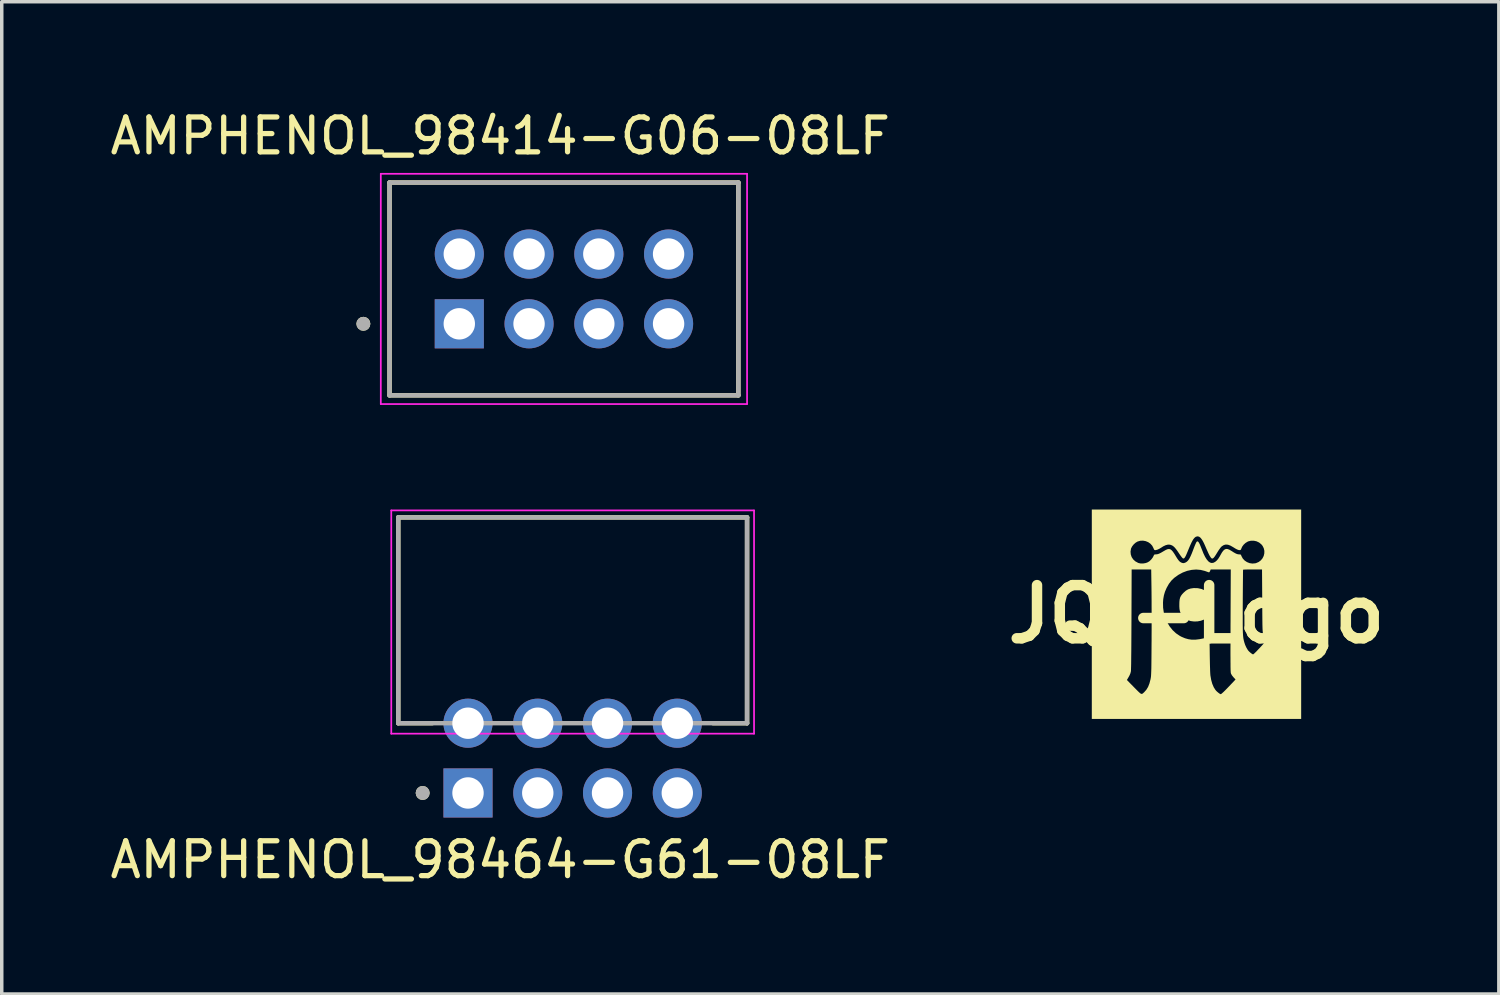
<source format=kicad_pcb>
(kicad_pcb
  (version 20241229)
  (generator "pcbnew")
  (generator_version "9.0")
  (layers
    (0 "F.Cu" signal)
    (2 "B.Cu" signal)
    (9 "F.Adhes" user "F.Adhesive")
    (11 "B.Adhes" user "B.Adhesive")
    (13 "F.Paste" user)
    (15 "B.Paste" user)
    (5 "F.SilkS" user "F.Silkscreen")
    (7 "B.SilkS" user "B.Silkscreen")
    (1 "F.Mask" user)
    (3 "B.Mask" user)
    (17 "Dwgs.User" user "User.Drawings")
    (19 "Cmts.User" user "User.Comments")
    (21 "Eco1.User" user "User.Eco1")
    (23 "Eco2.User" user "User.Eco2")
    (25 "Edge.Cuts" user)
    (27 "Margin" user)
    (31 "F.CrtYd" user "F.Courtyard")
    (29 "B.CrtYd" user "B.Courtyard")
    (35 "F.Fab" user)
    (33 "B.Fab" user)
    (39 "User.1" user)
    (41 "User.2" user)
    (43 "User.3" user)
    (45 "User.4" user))
  (footprint "AMPHENOL_98414-G06-08LF"
    (layer "F.Cu")
    (at 13.117 5.233)
    (property "Reference" "AMPHENOL_98414-G06-08LF" (at -1.825 -4.385 0) (layer "F.SilkS") (effects (font (size 1 1) (thickness 0.15))))
    (attr through_hole)
    (fp_line (start -5 -3.05) (end 5 -3.05) (stroke (width 0.127) (type solid)) (layer "F.SilkS"))
    (fp_line (start -5 3.05) (end -5 -3.05) (stroke (width 0.127) (type solid)) (layer "F.SilkS"))
    (fp_line (start 5 -3.05) (end 5 3.05) (stroke (width 0.127) (type solid)) (layer "F.SilkS"))
    (fp_line (start 5 3.05) (end -5 3.05) (stroke (width 0.127) (type solid)) (layer "F.SilkS"))
    (fp_circle (center -5.75 1) (end -5.65 1) (stroke (width 0.2) (type solid)) (fill no) (layer "F.SilkS"))
    (fp_line (start -5.25 -3.3) (end -5.25 3.3) (stroke (width 0.05) (type solid)) (layer "F.CrtYd"))
    (fp_line (start -5.25 3.3) (end 5.25 3.3) (stroke (width 0.05) (type solid)) (layer "F.CrtYd"))
    (fp_line (start 5.25 -3.3) (end -5.25 -3.3) (stroke (width 0.05) (type solid)) (layer "F.CrtYd"))
    (fp_line (start 5.25 3.3) (end 5.25 -3.3) (stroke (width 0.05) (type solid)) (layer "F.CrtYd"))
    (fp_line (start -5 -3.05) (end 5 -3.05) (stroke (width 0.127) (type solid)) (layer "F.Fab"))
    (fp_line (start -5 3.05) (end -5 -3.05) (stroke (width 0.127) (type solid)) (layer "F.Fab"))
    (fp_line (start 5 -3.05) (end 5 3.05) (stroke (width 0.127) (type solid)) (layer "F.Fab"))
    (fp_line (start 5 3.05) (end -5 3.05) (stroke (width 0.127) (type solid)) (layer "F.Fab"))
    (fp_circle (center -5.75 1) (end -5.65 1) (stroke (width 0.2) (type solid)) (fill no) (layer "F.Fab"))
    (pad "1" thru_hole rect (at -3 1) (size 1.408 1.408) (drill 0.9) (layers "*.Cu" "*.Mask"))
    (pad "2" thru_hole circle (at -3 -1) (size 1.408 1.408) (drill 0.9) (layers "*.Cu" "*.Mask"))
    (pad "3" thru_hole circle (at -1 1) (size 1.408 1.408) (drill 0.9) (layers "*.Cu" "*.Mask"))
    (pad "4" thru_hole circle (at -1 -1) (size 1.408 1.408) (drill 0.9) (layers "*.Cu" "*.Mask"))
    (pad "5" thru_hole circle (at 1 1) (size 1.408 1.408) (drill 0.9) (layers "*.Cu" "*.Mask"))
    (pad "6" thru_hole circle (at 1 -1) (size 1.408 1.408) (drill 0.9) (layers "*.Cu" "*.Mask"))
    (pad "7" thru_hole circle (at 3 1) (size 1.408 1.408) (drill 0.9) (layers "*.Cu" "*.Mask"))
    (pad "8" thru_hole circle (at 3 -1) (size 1.408 1.408) (drill 0.9) (layers "*.Cu" "*.Mask")))
  (footprint "AMPHENOL_98464-G61-08LF"
    (layer "F.Cu")
    (at 13.367 18.683)
    (property "Reference" "AMPHENOL_98464-G61-08LF" (at -2.075 2.915 0) (layer "F.SilkS") (effects (font (size 1 1) (thickness 0.15))))
    (attr through_hole)
    (fp_line (start -5 -6.9) (end 5 -6.9) (stroke (width 0.127) (type solid)) (layer "F.SilkS"))
    (fp_line (start -5 -1) (end -5 -6.9) (stroke (width 0.127) (type solid)) (layer "F.SilkS"))
    (fp_line (start -4.024 -1) (end -5 -1) (stroke (width 0.127) (type solid)) (layer "F.SilkS"))
    (fp_line (start 5 -6.9) (end 5 -1) (stroke (width 0.127) (type solid)) (layer "F.SilkS"))
    (fp_line (start 5 -1) (end 4.024 -1) (stroke (width 0.127) (type solid)) (layer "F.SilkS"))
    (fp_circle (center -4.3 1) (end -4.2 1) (stroke (width 0.2) (type solid)) (fill no) (layer "F.SilkS"))
    (fp_line (start -5.2 -7.1) (end -5.2 -0.7) (stroke (width 0.05) (type default)) (layer "F.CrtYd"))
    (fp_line (start 5.2 -7.1) (end -5.2 -7.1) (stroke (width 0.05) (type solid)) (layer "F.CrtYd"))
    (fp_line (start 5.2 -0.7) (end -5.2 -0.7) (stroke (width 0.05) (type default)) (layer "F.CrtYd"))
    (fp_line (start 5.2 -0.7) (end 5.2 -7.1) (stroke (width 0.05) (type solid)) (layer "F.CrtYd"))
    (fp_line (start -5 -6.9) (end 5 -6.9) (stroke (width 0.127) (type solid)) (layer "F.Fab"))
    (fp_line (start -5 -1) (end -5 -6.9) (stroke (width 0.127) (type solid)) (layer "F.Fab"))
    (fp_line (start 5 -6.9) (end 5 -1) (stroke (width 0.127) (type solid)) (layer "F.Fab"))
    (fp_line (start 5 -1) (end -5 -1) (stroke (width 0.127) (type solid)) (layer "F.Fab"))
    (fp_circle (center -4.3 1) (end -4.2 1) (stroke (width 0.2) (type solid)) (fill no) (layer "F.Fab"))
    (pad "1" thru_hole rect (at -3 1) (size 1.408 1.408) (drill 0.9) (layers "*.Cu" "*.Mask"))
    (pad "2" thru_hole circle (at -3 -1) (size 1.408 1.408) (drill 0.9) (layers "*.Cu" "*.Mask"))
    (pad "3" thru_hole circle (at -1 1) (size 1.408 1.408) (drill 0.9) (layers "*.Cu" "*.Mask"))
    (pad "4" thru_hole circle (at -1 -1) (size 1.408 1.408) (drill 0.9) (layers "*.Cu" "*.Mask"))
    (pad "5" thru_hole circle (at 1 1) (size 1.408 1.408) (drill 0.9) (layers "*.Cu" "*.Mask"))
    (pad "6" thru_hole circle (at 1 -1) (size 1.408 1.408) (drill 0.9) (layers "*.Cu" "*.Mask"))
    (pad "7" thru_hole circle (at 3 1) (size 1.408 1.408) (drill 0.9) (layers "*.Cu" "*.Mask"))
    (pad "8" thru_hole circle (at 3 -1) (size 1.408 1.408) (drill 0.9) (layers "*.Cu" "*.Mask")))
  (footprint "JQI-Logo"
    (layer "F.Cu")
    (at 31.251 14.559)
    (property "Reference" "JQI-Logo" (at 0 0 0) (layer "F.SilkS") (effects (font (size 1.524 1.524) (thickness 0.3))))
    (attr board_only exclude_from_pos_files exclude_from_bom)
    (fp_poly (pts (xy 0.038 -0.747) (xy 0.144 -0.724) (xy 0.248 -0.679) (xy 0.327 -0.631) (xy 0.376 -0.597) (xy 0.376 0.044) (xy 0.318 0.087) (xy 0.279 0.114) (xy 0.239 0.14) (xy 0.215 0.153) (xy 0.128 0.186) (xy 0.03 0.205) (xy -0.069 0.208) (xy -0.163 0.196) (xy -0.177 0.193) (xy -0.252 0.166) (xy -0.317 0.125) (xy -0.379 0.068) (xy -0.385 0.061) (xy -0.426 0.012) (xy -0.455 -0.035) (xy -0.475 -0.087) (xy -0.487 -0.147) (xy -0.492 -0.222) (xy -0.492 -0.271) (xy -0.49 -0.355) (xy -0.483 -0.422) (xy -0.469 -0.477) (xy -0.446 -0.525) (xy -0.413 -0.571) (xy -0.367 -0.62) (xy -0.366 -0.621) (xy -0.304 -0.676) (xy -0.24 -0.714) (xy -0.169 -0.737) (xy -0.086 -0.749) (xy -0.072 -0.75)) (stroke (width 0) (type solid)) (fill yes) (layer "F.SilkS"))
    (fp_poly (pts (xy 3.001 3.001) (xy -3.001 3.001) (xy -3.001 1.885) (xy -1.995 1.885) (xy -1.792 2.092) (xy -1.729 2.156) (xy -1.679 2.206) (xy -1.641 2.242) (xy -1.612 2.267) (xy -1.589 2.281) (xy -1.57 2.284) (xy -1.553 2.28) (xy -1.535 2.268) (xy -1.515 2.249) (xy -1.499 2.235) (xy -1.438 2.166) (xy -1.388 2.084) (xy -1.349 1.985) (xy -1.318 1.867) (xy -1.31 1.824) (xy -1.307 1.803) (xy -1.304 1.778) (xy -1.302 1.748) (xy -1.3 1.71) (xy -1.298 1.664) (xy -1.296 1.609) (xy -1.294 1.541) (xy -1.293 1.461) (xy -1.292 1.367) (xy -1.291 1.257) (xy -1.29 1.13) (xy -1.289 0.984) (xy -1.288 0.817) (xy -1.287 0.764) (xy -1.287 0.604) (xy -1.286 0.438) (xy -1.286 0.269) (xy -1.286 0.1) (xy -1.286 -0.065) (xy -1.287 -0.223) (xy -1.287 -0.338) (xy -0.96 -0.338) (xy -0.957 -0.187) (xy -0.936 -0.041) (xy -0.897 0.098) (xy -0.842 0.228) (xy -0.771 0.347) (xy -0.686 0.454) (xy -0.588 0.546) (xy -0.477 0.621) (xy -0.426 0.648) (xy -0.328 0.689) (xy -0.231 0.716) (xy -0.132 0.73) (xy -0.027 0.729) (xy 0.089 0.715) (xy 0.204 0.692) (xy 0.261 0.679) (xy 0.31 0.668) (xy 0.347 0.66) (xy 0.368 0.656) (xy 0.371 0.656) (xy 0.372 0.667) (xy 0.373 0.698) (xy 0.374 0.747) (xy 0.375 0.812) (xy 0.376 0.889) (xy 0.378 0.978) (xy 0.379 1.075) (xy 0.38 1.157) (xy 0.382 1.264) (xy 0.384 1.367) (xy 0.386 1.464) (xy 0.389 1.552) (xy 0.391 1.628) (xy 0.394 1.689) (xy 0.397 1.732) (xy 0.398 1.749) (xy 0.421 1.882) (xy 0.453 1.996) (xy 0.495 2.094) (xy 0.541 2.167) (xy 0.568 2.199) (xy 0.603 2.231) (xy 0.639 2.26) (xy 0.671 2.282) (xy 0.695 2.292) (xy 0.698 2.292) (xy 0.711 2.284) (xy 0.736 2.263) (xy 0.771 2.232) (xy 0.811 2.193) (xy 0.831 2.173) (xy 0.882 2.121) (xy 0.936 2.065) (xy 0.987 2.011) (xy 1.03 1.966) (xy 1.034 1.962) (xy 1.12 1.87) (xy 1.06 1.806) (xy 1.015 1.75) (xy 0.989 1.701) (xy 0.986 1.689) (xy 0.983 1.678) (xy 0.982 1.66) (xy 0.98 1.633) (xy 0.978 1.598) (xy 0.977 1.552) (xy 0.976 1.496) (xy 0.976 1.427) (xy 0.975 1.345) (xy 0.975 1.249) (xy 0.974 1.137) (xy 0.974 1.009) (xy 0.975 0.864) (xy 0.975 0.701) (xy 0.976 0.517) (xy 0.976 0.314) (xy 0.977 0.176) (xy 0.977 0.096) (xy 1.326 0.096) (xy 1.326 0.21) (xy 1.326 0.308) (xy 1.327 0.391) (xy 1.328 0.463) (xy 1.33 0.523) (xy 1.333 0.574) (xy 1.336 0.618) (xy 1.34 0.656) (xy 1.344 0.689) (xy 1.35 0.72) (xy 1.356 0.749) (xy 1.364 0.779) (xy 1.37 0.803) (xy 1.394 0.876) (xy 1.427 0.95) (xy 1.465 1.015) (xy 1.48 1.037) (xy 1.504 1.064) (xy 1.535 1.093) (xy 1.569 1.12) (xy 1.599 1.141) (xy 1.62 1.151) (xy 1.622 1.151) (xy 1.634 1.144) (xy 1.658 1.124) (xy 1.689 1.094) (xy 1.718 1.066) (xy 1.757 1.024) (xy 1.806 0.973) (xy 1.858 0.917) (xy 1.907 0.863) (xy 1.914 0.854) (xy 2.027 0.729) (xy 1.975 0.672) (xy 1.96 0.656) (xy 1.947 0.642) (xy 1.936 0.628) (xy 1.926 0.614) (xy 1.918 0.597) (xy 1.911 0.577) (xy 1.905 0.551) (xy 1.901 0.518) (xy 1.897 0.476) (xy 1.894 0.425) (xy 1.892 0.362) (xy 1.89 0.287) (xy 1.889 0.197) (xy 1.888 0.091) (xy 1.887 -0.032) (xy 1.886 -0.174) (xy 1.885 -0.336) (xy 1.885 -0.374) (xy 1.879 -1.284) (xy 1.61 -1.284) (xy 1.535 -1.284) (xy 1.468 -1.283) (xy 1.411 -1.282) (xy 1.369 -1.28) (xy 1.343 -1.278) (xy 1.336 -1.276) (xy 1.335 -1.264) (xy 1.334 -1.231) (xy 1.333 -1.18) (xy 1.333 -1.111) (xy 1.332 -1.027) (xy 1.331 -0.929) (xy 1.33 -0.819) (xy 1.329 -0.698) (xy 1.328 -0.568) (xy 1.327 -0.431) (xy 1.327 -0.354) (xy 1.326 -0.184) (xy 1.326 -0.034) (xy 1.326 0.096) (xy 0.977 0.096) (xy 0.983 -1.284) (xy 0.408 -1.284) (xy 0.389 -1.24) (xy 0.373 -1.209) (xy 0.358 -1.2) (xy 0.354 -1.201) (xy 0.337 -1.207) (xy 0.304 -1.218) (xy 0.262 -1.233) (xy 0.24 -1.241) (xy 0.118 -1.271) (xy -0.008 -1.282) (xy -0.137 -1.272) (xy -0.266 -1.244) (xy -0.394 -1.196) (xy -0.517 -1.13) (xy -0.634 -1.046) (xy -0.638 -1.043) (xy -0.718 -0.966) (xy -0.789 -0.874) (xy -0.852 -0.763) (xy -0.86 -0.747) (xy -0.904 -0.644) (xy -0.934 -0.541) (xy -0.953 -0.432) (xy -0.96 -0.338) (xy -1.287 -0.338) (xy -1.287 -0.372) (xy -1.288 -0.508) (xy -1.289 -0.628) (xy -1.29 -0.73) (xy -1.29 -0.739) (xy -1.298 -1.284) (xy -1.859 -1.284) (xy -1.864 0.141) (xy -1.865 0.349) (xy -1.866 0.545) (xy -1.867 0.728) (xy -1.868 0.897) (xy -1.869 1.051) (xy -1.871 1.189) (xy -1.872 1.31) (xy -1.873 1.414) (xy -1.875 1.499) (xy -1.877 1.565) (xy -1.878 1.61) (xy -1.88 1.635) (xy -1.88 1.637) (xy -1.894 1.693) (xy -1.919 1.752) (xy -1.943 1.796) (xy -1.995 1.885) (xy -3.001 1.885) (xy -3.001 -1.796) (xy -1.891 -1.796) (xy -1.884 -1.715) (xy -1.859 -1.64) (xy -1.815 -1.573) (xy -1.754 -1.517) (xy -1.678 -1.475) (xy -1.661 -1.468) (xy -1.6 -1.455) (xy -1.53 -1.455) (xy -1.459 -1.467) (xy -1.409 -1.484) (xy -1.352 -1.517) (xy -1.299 -1.567) (xy -1.255 -1.624) (xy -1.233 -1.666) (xy -1.219 -1.696) (xy -1.206 -1.711) (xy -1.186 -1.716) (xy -1.163 -1.716) (xy -1.13 -1.719) (xy -1.097 -1.727) (xy -1.058 -1.743) (xy -1.011 -1.767) (xy -0.95 -1.803) (xy -0.931 -1.814) (xy -0.875 -1.846) (xy -0.827 -1.865) (xy -0.787 -1.87) (xy -0.749 -1.861) (xy -0.713 -1.835) (xy -0.676 -1.793) (xy -0.634 -1.732) (xy -0.597 -1.671) (xy -0.556 -1.604) (xy -0.521 -1.554) (xy -0.49 -1.518) (xy -0.459 -1.494) (xy -0.427 -1.477) (xy -0.411 -1.472) (xy -0.381 -1.465) (xy -0.355 -1.468) (xy -0.321 -1.48) (xy -0.318 -1.481) (xy -0.286 -1.499) (xy -0.256 -1.525) (xy -0.227 -1.559) (xy -0.198 -1.606) (xy -0.168 -1.666) (xy -0.135 -1.742) (xy -0.098 -1.837) (xy -0.079 -1.888) (xy -0.057 -1.945) (xy -0.036 -1.996) (xy -0.017 -2.038) (xy -0.004 -2.065) (xy -0.000095 -2.071) (xy 0.016 -2.086) (xy 0.033 -2.089) (xy 0.05 -2.078) (xy 0.07 -2.051) (xy 0.093 -2.008) (xy 0.119 -1.945) (xy 0.151 -1.863) (xy 0.153 -1.86) (xy 0.2 -1.742) (xy 0.247 -1.645) (xy 0.294 -1.57) (xy 0.34 -1.516) (xy 0.387 -1.482) (xy 0.434 -1.469) (xy 0.484 -1.475) (xy 0.535 -1.501) (xy 0.576 -1.535) (xy 0.62 -1.585) (xy 0.665 -1.655) (xy 0.687 -1.695) (xy 0.729 -1.769) (xy 0.768 -1.822) (xy 0.807 -1.856) (xy 0.847 -1.872) (xy 0.892 -1.869) (xy 0.943 -1.85) (xy 1.001 -1.816) (xy 1.063 -1.776) (xy 1.112 -1.748) (xy 1.151 -1.73) (xy 1.184 -1.72) (xy 1.215 -1.716) (xy 1.222 -1.716) (xy 1.252 -1.715) (xy 1.269 -1.708) (xy 1.281 -1.689) (xy 1.289 -1.667) (xy 1.327 -1.597) (xy 1.381 -1.539) (xy 1.447 -1.495) (xy 1.522 -1.465) (xy 1.602 -1.453) (xy 1.683 -1.46) (xy 1.708 -1.466) (xy 1.783 -1.498) (xy 1.845 -1.545) (xy 1.893 -1.603) (xy 1.927 -1.671) (xy 1.944 -1.743) (xy 1.946 -1.817) (xy 1.929 -1.891) (xy 1.895 -1.96) (xy 1.859 -2.004) (xy 1.795 -2.056) (xy 1.721 -2.091) (xy 1.642 -2.108) (xy 1.562 -2.108) (xy 1.485 -2.089) (xy 1.467 -2.081) (xy 1.405 -2.043) (xy 1.351 -1.993) (xy 1.31 -1.937) (xy 1.291 -1.895) (xy 1.278 -1.862) (xy 1.267 -1.845) (xy 1.252 -1.839) (xy 1.239 -1.838) (xy 1.208 -1.841) (xy 1.174 -1.853) (xy 1.132 -1.873) (xy 1.078 -1.906) (xy 1.049 -1.924) (xy 0.972 -1.968) (xy 0.903 -1.993) (xy 0.841 -1.998) (xy 0.785 -1.984) (xy 0.731 -1.951) (xy 0.715 -1.937) (xy 0.691 -1.911) (xy 0.661 -1.87) (xy 0.627 -1.821) (xy 0.595 -1.769) (xy 0.594 -1.768) (xy 0.553 -1.701) (xy 0.521 -1.653) (xy 0.494 -1.62) (xy 0.473 -1.602) (xy 0.454 -1.596) (xy 0.447 -1.596) (xy 0.427 -1.607) (xy 0.405 -1.634) (xy 0.377 -1.678) (xy 0.345 -1.741) (xy 0.308 -1.823) (xy 0.279 -1.888) (xy 0.243 -1.972) (xy 0.213 -2.038) (xy 0.186 -2.09) (xy 0.162 -2.131) (xy 0.138 -2.165) (xy 0.113 -2.195) (xy 0.113 -2.195) (xy 0.073 -2.224) (xy 0.029 -2.233) (xy -0.015 -2.222) (xy -0.021 -2.219) (xy -0.046 -2.201) (xy -0.069 -2.177) (xy -0.094 -2.145) (xy -0.119 -2.102) (xy -0.148 -2.046) (xy -0.18 -1.975) (xy -0.218 -1.886) (xy -0.254 -1.798) (xy -0.285 -1.724) (xy -0.31 -1.669) (xy -0.332 -1.631) (xy -0.35 -1.608) (xy -0.368 -1.598) (xy -0.385 -1.599) (xy -0.385 -1.599) (xy -0.402 -1.612) (xy -0.427 -1.641) (xy -0.459 -1.684) (xy -0.494 -1.734) (xy -0.544 -1.809) (xy -0.586 -1.867) (xy -0.622 -1.91) (xy -0.655 -1.942) (xy -0.687 -1.965) (xy -0.702 -1.974) (xy -0.759 -1.994) (xy -0.818 -1.996) (xy -0.882 -1.98) (xy -0.954 -1.946) (xy -1.005 -1.913) (xy -1.063 -1.878) (xy -1.118 -1.852) (xy -1.165 -1.839) (xy -1.179 -1.838) (xy -1.2 -1.84) (xy -1.213 -1.85) (xy -1.225 -1.873) (xy -1.233 -1.895) (xy -1.269 -1.964) (xy -1.32 -2.021) (xy -1.384 -2.066) (xy -1.457 -2.096) (xy -1.535 -2.11) (xy -1.614 -2.106) (xy -1.691 -2.083) (xy -1.692 -2.083) (xy -1.748 -2.049) (xy -1.801 -2.001) (xy -1.845 -1.945) (xy -1.874 -1.889) (xy -1.877 -1.88) (xy -1.891 -1.796) (xy -3.001 -1.796) (xy -3.001 -3.001) (xy 3.001 -3.001)) (stroke (width 0) (type solid)) (fill yes) (layer "F.SilkS")))
  (gr_rect
    (start -3 -3)
    (end 39.919 25.447)
    (stroke (width 0.1) (type default))
    (fill no)
    (layer "Edge.Cuts")))
</source>
